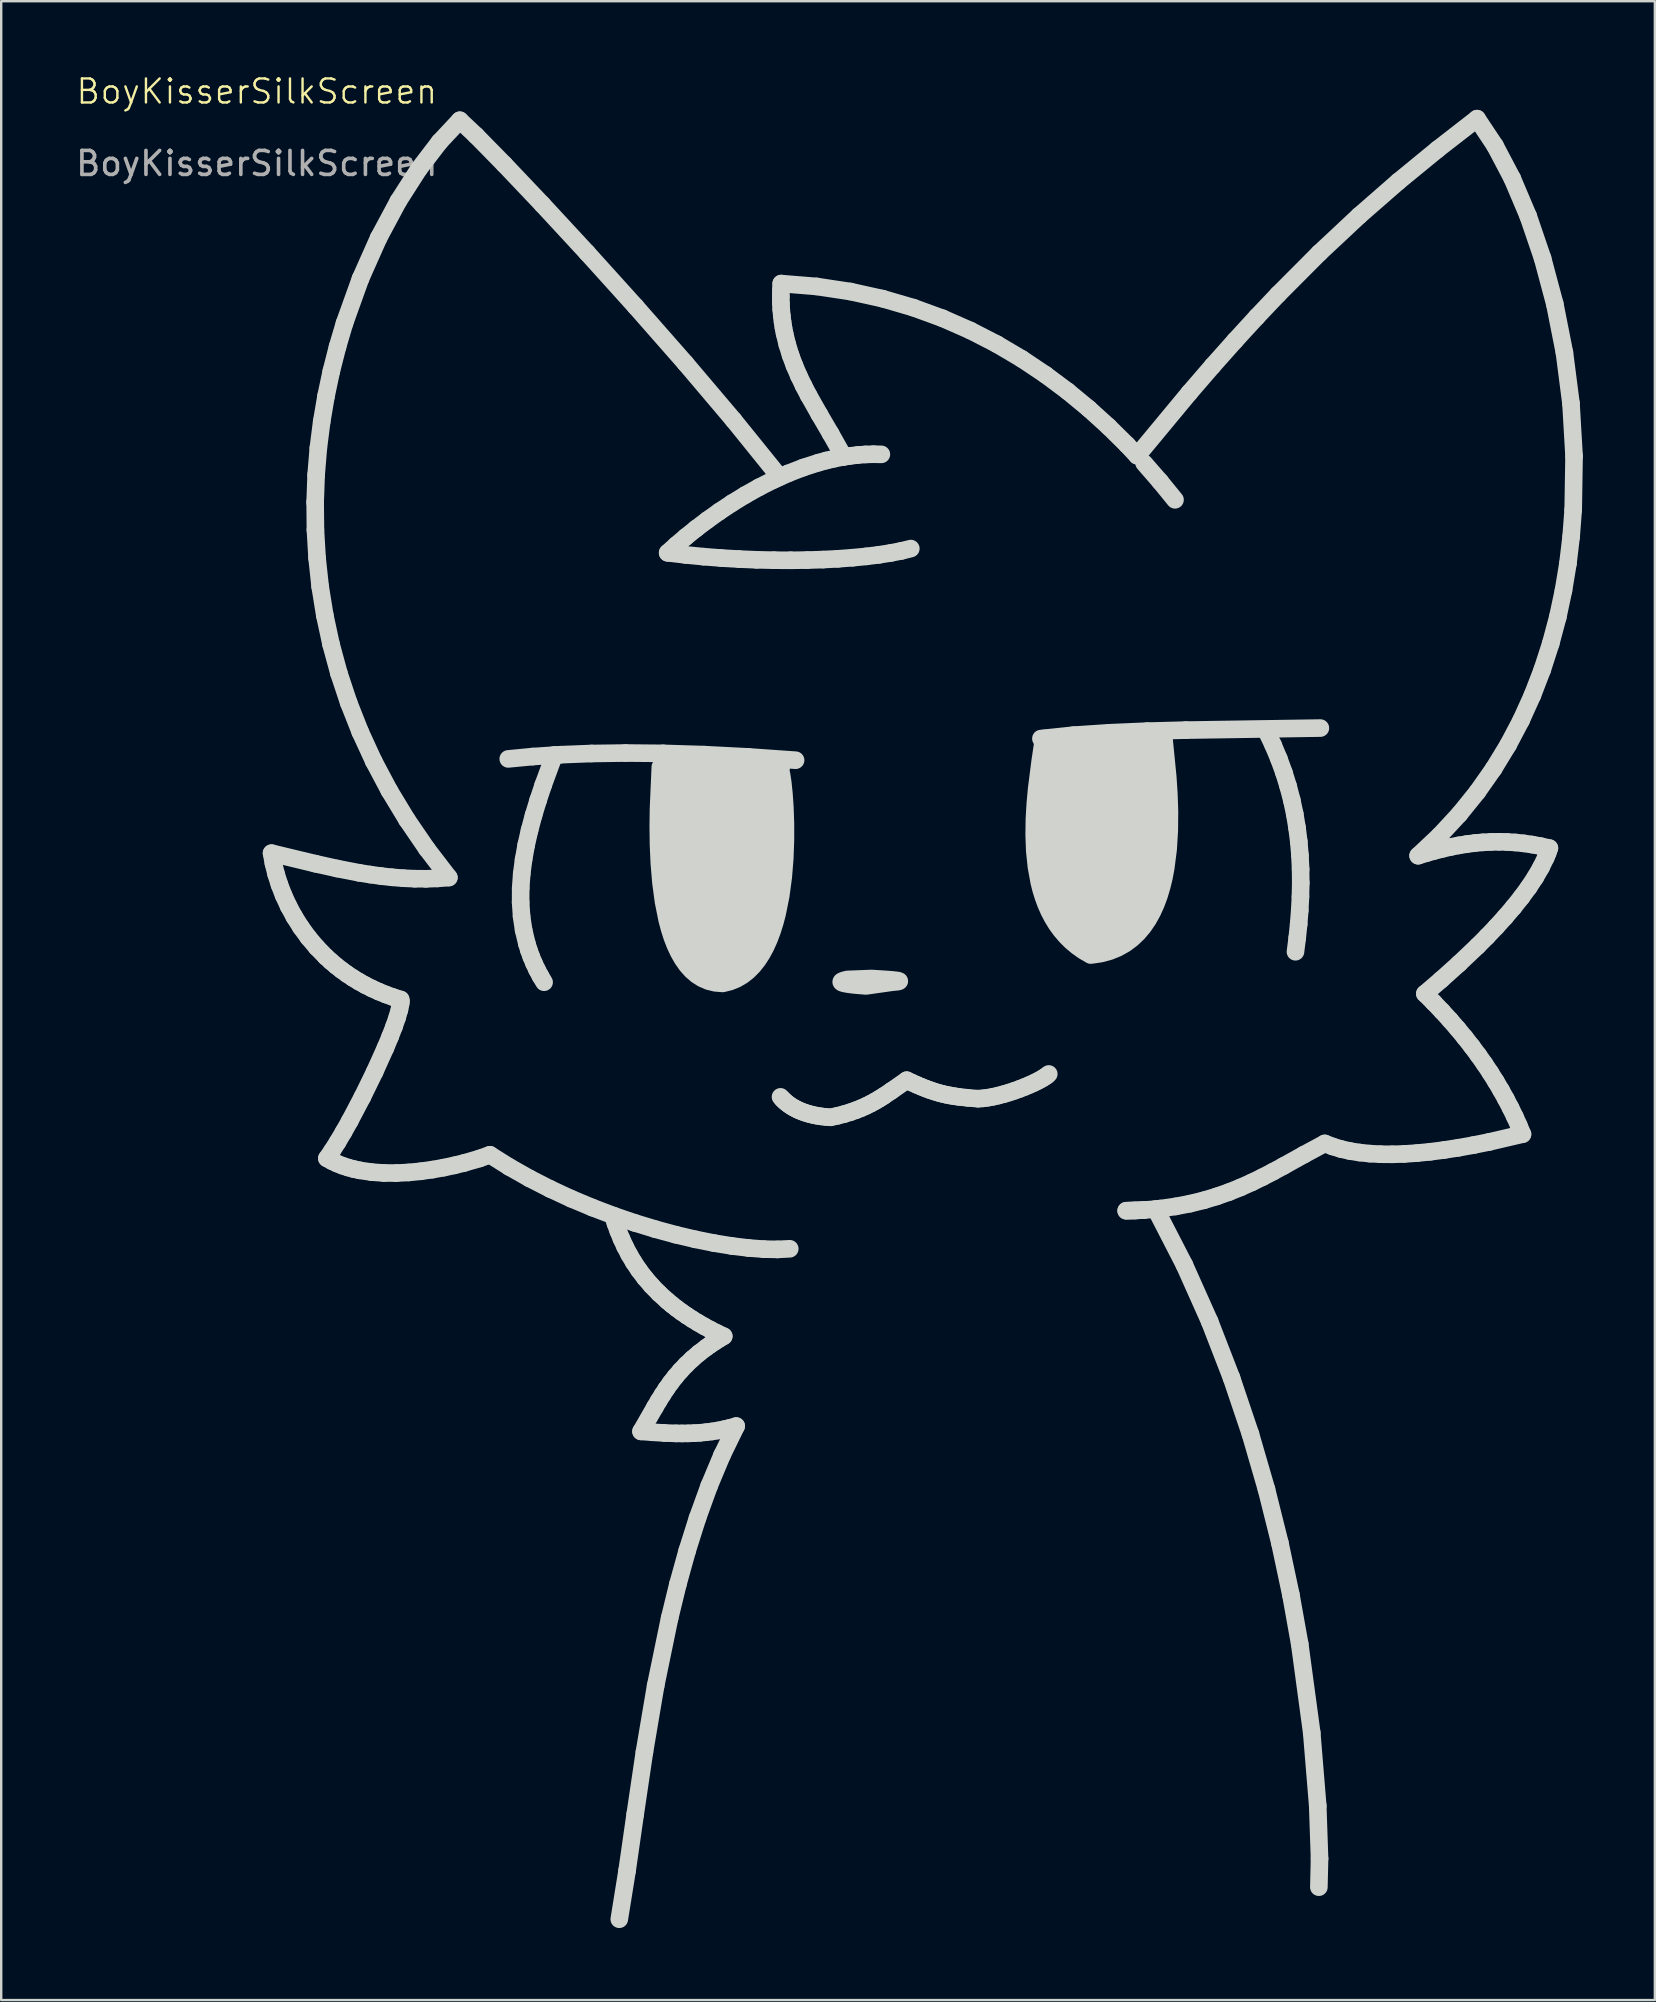
<source format=kicad_pcb>
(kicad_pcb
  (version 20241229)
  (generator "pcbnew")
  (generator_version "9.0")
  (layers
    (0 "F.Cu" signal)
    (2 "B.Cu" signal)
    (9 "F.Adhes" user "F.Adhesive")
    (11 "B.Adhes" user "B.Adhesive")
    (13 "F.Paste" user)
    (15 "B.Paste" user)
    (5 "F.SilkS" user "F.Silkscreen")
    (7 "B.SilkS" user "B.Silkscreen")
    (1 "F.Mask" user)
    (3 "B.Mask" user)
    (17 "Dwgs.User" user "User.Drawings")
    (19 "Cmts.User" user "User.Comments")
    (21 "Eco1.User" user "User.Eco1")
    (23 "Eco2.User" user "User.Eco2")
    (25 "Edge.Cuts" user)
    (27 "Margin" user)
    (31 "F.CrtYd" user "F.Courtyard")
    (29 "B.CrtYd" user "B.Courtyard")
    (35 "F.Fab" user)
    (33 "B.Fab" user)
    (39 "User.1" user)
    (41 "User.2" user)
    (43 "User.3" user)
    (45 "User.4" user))
  (footprint "BoyKisserSilkScreen"
    (layer "F.Cu")
    (at 7.649 1.26)
    (property "Reference" "BoyKisserSilkScreen" (at 0 -0.5 0) (unlocked yes) (layer "F.SilkS") (effects (font (size 1 1) (thickness 0.1))))
    (fp_line (start 0.614 31.231) (end 0.692 31.658) (stroke (width 0.733) (type solid)) (layer "Edge.Cuts"))
    (fp_line (start 0.692 31.658) (end 0.801 32.096) (stroke (width 0.733) (type solid)) (layer "Edge.Cuts"))
    (fp_line (start 0.801 32.096) (end 0.942 32.541) (stroke (width 0.733) (type solid)) (layer "Edge.Cuts"))
    (fp_line (start 0.942 32.541) (end 1.115 32.989) (stroke (width 0.733) (type solid)) (layer "Edge.Cuts"))
    (fp_line (start 1.115 32.989) (end 1.322 33.437) (stroke (width 0.733) (type solid)) (layer "Edge.Cuts"))
    (fp_line (start 1.322 33.437) (end 1.562 33.881) (stroke (width 0.733) (type solid)) (layer "Edge.Cuts"))
    (fp_line (start 1.562 33.881) (end 1.837 34.317) (stroke (width 0.733) (type solid)) (layer "Edge.Cuts"))
    (fp_line (start 1.837 34.317) (end 2.147 34.743) (stroke (width 0.733) (type solid)) (layer "Edge.Cuts"))
    (fp_line (start 2.147 34.743) (end 2.494 35.154) (stroke (width 0.733) (type solid)) (layer "Edge.Cuts"))
    (fp_line (start 2.43 16.607) (end 2.441 17.764) (stroke (width 0.733) (type solid)) (layer "Edge.Cuts"))
    (fp_line (start 2.432 31.668) (end 0.614 31.231) (stroke (width 0.733) (type solid)) (layer "Edge.Cuts"))
    (fp_line (start 2.441 17.764) (end 2.51 18.936) (stroke (width 0.733) (type solid)) (layer "Edge.Cuts"))
    (fp_line (start 2.471 15.469) (end 2.43 16.607) (stroke (width 0.733) (type solid)) (layer "Edge.Cuts"))
    (fp_line (start 2.494 35.154) (end 2.877 35.548) (stroke (width 0.733) (type solid)) (layer "Edge.Cuts"))
    (fp_line (start 2.51 18.936) (end 2.638 20.122) (stroke (width 0.733) (type solid)) (layer "Edge.Cuts"))
    (fp_line (start 2.563 14.352) (end 2.471 15.469) (stroke (width 0.733) (type solid)) (layer "Edge.Cuts"))
    (fp_line (start 2.638 20.122) (end 2.831 21.32) (stroke (width 0.733) (type solid)) (layer "Edge.Cuts"))
    (fp_line (start 2.702 13.258) (end 2.563 14.352) (stroke (width 0.733) (type solid)) (layer "Edge.Cuts"))
    (fp_line (start 2.831 21.32) (end 3.091 22.527) (stroke (width 0.733) (type solid)) (layer "Edge.Cuts"))
    (fp_line (start 2.877 35.548) (end 3.083 35.736) (stroke (width 0.733) (type solid)) (layer "Edge.Cuts"))
    (fp_line (start 2.884 12.188) (end 2.702 13.258) (stroke (width 0.733) (type solid)) (layer "Edge.Cuts"))
    (fp_line (start 2.919 43.945) (end 3.127 44.06) (stroke (width 0.733) (type solid)) (layer "Edge.Cuts"))
    (fp_line (start 3.083 35.736) (end 3.298 35.919) (stroke (width 0.733) (type solid)) (layer "Edge.Cuts"))
    (fp_line (start 3.091 22.527) (end 3.421 23.741) (stroke (width 0.733) (type solid)) (layer "Edge.Cuts"))
    (fp_line (start 3.105 11.146) (end 2.884 12.188) (stroke (width 0.733) (type solid)) (layer "Edge.Cuts"))
    (fp_line (start 3.127 44.06) (end 3.343 44.162) (stroke (width 0.733) (type solid)) (layer "Edge.Cuts"))
    (fp_line (start 3.132 43.635) (end 2.919 43.945) (stroke (width 0.733) (type solid)) (layer "Edge.Cuts"))
    (fp_line (start 3.298 35.919) (end 3.523 36.096) (stroke (width 0.733) (type solid)) (layer "Edge.Cuts"))
    (fp_line (start 3.343 44.162) (end 3.568 44.251) (stroke (width 0.733) (type solid)) (layer "Edge.Cuts"))
    (fp_line (start 3.344 31.871) (end 2.432 31.668) (stroke (width 0.733) (type solid)) (layer "Edge.Cuts"))
    (fp_line (start 3.363 10.134) (end 3.105 11.146) (stroke (width 0.733) (type solid)) (layer "Edge.Cuts"))
    (fp_line (start 3.365 43.266) (end 3.132 43.635) (stroke (width 0.733) (type solid)) (layer "Edge.Cuts"))
    (fp_line (start 3.421 23.741) (end 3.826 24.96) (stroke (width 0.733) (type solid)) (layer "Edge.Cuts"))
    (fp_line (start 3.523 36.096) (end 3.757 36.266) (stroke (width 0.733) (type solid)) (layer "Edge.Cuts"))
    (fp_line (start 3.568 44.251) (end 3.8 44.327) (stroke (width 0.733) (type solid)) (layer "Edge.Cuts"))
    (fp_line (start 3.613 42.847) (end 3.365 43.266) (stroke (width 0.733) (type solid)) (layer "Edge.Cuts"))
    (fp_line (start 3.653 9.153) (end 3.363 10.134) (stroke (width 0.733) (type solid)) (layer "Edge.Cuts"))
    (fp_line (start 3.757 36.266) (end 4.001 36.428) (stroke (width 0.733) (type solid)) (layer "Edge.Cuts"))
    (fp_line (start 3.8 44.327) (end 4.038 44.391) (stroke (width 0.733) (type solid)) (layer "Edge.Cuts"))
    (fp_line (start 3.826 24.96) (end 4.308 26.181) (stroke (width 0.733) (type solid)) (layer "Edge.Cuts"))
    (fp_line (start 3.871 42.388) (end 3.613 42.847) (stroke (width 0.733) (type solid)) (layer "Edge.Cuts"))
    (fp_line (start 4.001 36.428) (end 4.255 36.583) (stroke (width 0.733) (type solid)) (layer "Edge.Cuts"))
    (fp_line (start 4.038 44.391) (end 4.282 44.444) (stroke (width 0.733) (type solid)) (layer "Edge.Cuts"))
    (fp_line (start 4.255 36.583) (end 4.519 36.73) (stroke (width 0.733) (type solid)) (layer "Edge.Cuts"))
    (fp_line (start 4.259 32.049) (end 3.344 31.871) (stroke (width 0.733) (type solid)) (layer "Edge.Cuts"))
    (fp_line (start 4.282 44.444) (end 4.783 44.519) (stroke (width 0.733) (type solid)) (layer "Edge.Cuts"))
    (fp_line (start 4.308 26.181) (end 4.87 27.403) (stroke (width 0.733) (type solid)) (layer "Edge.Cuts"))
    (fp_line (start 4.319 7.297) (end 3.653 9.153) (stroke (width 0.733) (type solid)) (layer "Edge.Cuts"))
    (fp_line (start 4.397 41.389) (end 3.871 42.388) (stroke (width 0.733) (type solid)) (layer "Edge.Cuts"))
    (fp_line (start 4.519 36.73) (end 4.793 36.868) (stroke (width 0.733) (type solid)) (layer "Edge.Cuts"))
    (fp_line (start 4.719 32.123) (end 4.259 32.049) (stroke (width 0.733) (type solid)) (layer "Edge.Cuts"))
    (fp_line (start 4.783 44.519) (end 5.295 44.555) (stroke (width 0.733) (type solid)) (layer "Edge.Cuts"))
    (fp_line (start 4.793 36.868) (end 5.078 36.998) (stroke (width 0.733) (type solid)) (layer "Edge.Cuts"))
    (fp_line (start 4.87 27.403) (end 5.518 28.623) (stroke (width 0.733) (type solid)) (layer "Edge.Cuts"))
    (fp_line (start 4.906 40.348) (end 4.397 41.389) (stroke (width 0.733) (type solid)) (layer "Edge.Cuts"))
    (fp_line (start 5.076 5.596) (end 4.319 7.297) (stroke (width 0.733) (type solid)) (layer "Edge.Cuts"))
    (fp_line (start 5.078 36.998) (end 5.372 37.118) (stroke (width 0.733) (type solid)) (layer "Edge.Cuts"))
    (fp_line (start 5.18 32.187) (end 4.719 32.123) (stroke (width 0.733) (type solid)) (layer "Edge.Cuts"))
    (fp_line (start 5.295 44.555) (end 5.812 44.558) (stroke (width 0.733) (type solid)) (layer "Edge.Cuts"))
    (fp_line (start 5.359 39.342) (end 4.906 40.348) (stroke (width 0.733) (type solid)) (layer "Edge.Cuts"))
    (fp_line (start 5.372 37.118) (end 5.677 37.228) (stroke (width 0.733) (type solid)) (layer "Edge.Cuts"))
    (fp_line (start 5.518 28.623) (end 6.253 29.838) (stroke (width 0.733) (type solid)) (layer "Edge.Cuts"))
    (fp_line (start 5.552 38.878) (end 5.359 39.342) (stroke (width 0.733) (type solid)) (layer "Edge.Cuts"))
    (fp_line (start 5.644 32.238) (end 5.18 32.187) (stroke (width 0.733) (type solid)) (layer "Edge.Cuts"))
    (fp_line (start 5.677 37.228) (end 5.992 37.328) (stroke (width 0.733) (type solid)) (layer "Edge.Cuts"))
    (fp_line (start 5.717 38.452) (end 5.552 38.878) (stroke (width 0.733) (type solid)) (layer "Edge.Cuts"))
    (fp_line (start 5.812 44.558) (end 6.327 44.532) (stroke (width 0.733) (type solid)) (layer "Edge.Cuts"))
    (fp_line (start 5.848 38.074) (end 5.717 38.452) (stroke (width 0.733) (type solid)) (layer "Edge.Cuts"))
    (fp_line (start 5.895 4.068) (end 5.076 5.596) (stroke (width 0.733) (type solid)) (layer "Edge.Cuts"))
    (fp_line (start 5.94 37.754) (end 5.848 38.074) (stroke (width 0.733) (type solid)) (layer "Edge.Cuts"))
    (fp_line (start 5.99 37.502) (end 5.94 37.754) (stroke (width 0.733) (type solid)) (layer "Edge.Cuts"))
    (fp_line (start 5.992 37.328) (end 5.997 37.404) (stroke (width 0.733) (type solid)) (layer "Edge.Cuts"))
    (fp_line (start 5.997 37.404) (end 5.99 37.502) (stroke (width 0.733) (type solid)) (layer "Edge.Cuts"))
    (fp_line (start 6.11 32.275) (end 5.644 32.238) (stroke (width 0.733) (type solid)) (layer "Edge.Cuts"))
    (fp_line (start 6.253 29.838) (end 7.079 31.047) (stroke (width 0.733) (type solid)) (layer "Edge.Cuts"))
    (fp_line (start 6.327 44.532) (end 6.832 44.483) (stroke (width 0.733) (type solid)) (layer "Edge.Cuts"))
    (fp_line (start 6.578 32.295) (end 6.11 32.275) (stroke (width 0.733) (type solid)) (layer "Edge.Cuts"))
    (fp_line (start 6.75 2.73) (end 5.895 4.068) (stroke (width 0.733) (type solid)) (layer "Edge.Cuts"))
    (fp_line (start 6.832 44.483) (end 7.321 44.414) (stroke (width 0.733) (type solid)) (layer "Edge.Cuts"))
    (fp_line (start 7.049 32.299) (end 6.578 32.295) (stroke (width 0.733) (type solid)) (layer "Edge.Cuts"))
    (fp_line (start 7.079 31.047) (end 7.999 32.247) (stroke (width 0.733) (type solid)) (layer "Edge.Cuts"))
    (fp_line (start 7.321 44.414) (end 7.787 44.331) (stroke (width 0.733) (type solid)) (layer "Edge.Cuts"))
    (fp_line (start 7.523 32.283) (end 7.049 32.299) (stroke (width 0.733) (type solid)) (layer "Edge.Cuts"))
    (fp_line (start 7.613 1.601) (end 6.75 2.73) (stroke (width 0.733) (type solid)) (layer "Edge.Cuts"))
    (fp_line (start 7.787 44.331) (end 8.223 44.238) (stroke (width 0.733) (type solid)) (layer "Edge.Cuts"))
    (fp_line (start 7.999 32.247) (end 7.523 32.283) (stroke (width 0.733) (type solid)) (layer "Edge.Cuts"))
    (fp_line (start 8.223 44.238) (end 8.622 44.141) (stroke (width 0.733) (type solid)) (layer "Edge.Cuts"))
    (fp_line (start 8.456 0.7) (end 7.613 1.601) (stroke (width 0.733) (type solid)) (layer "Edge.Cuts"))
    (fp_line (start 8.622 44.141) (end 9.281 43.95) (stroke (width 0.733) (type solid)) (layer "Edge.Cuts"))
    (fp_line (start 9.129 1.335) (end 8.456 0.7) (stroke (width 0.733) (type solid)) (layer "Edge.Cuts"))
    (fp_line (start 9.281 43.95) (end 9.71 43.796) (stroke (width 0.733) (type solid)) (layer "Edge.Cuts"))
    (fp_line (start 9.71 43.796) (end 10.52 44.305) (stroke (width 0.733) (type solid)) (layer "Edge.Cuts"))
    (fp_line (start 10.313 2.541) (end 9.129 1.335) (stroke (width 0.733) (type solid)) (layer "Edge.Cuts"))
    (fp_line (start 10.474 27.305) (end 11.495 27.207) (stroke (width 0.733) (type solid)) (layer "Edge.Cuts"))
    (fp_line (start 10.52 44.305) (end 11.36 44.78) (stroke (width 0.733) (type solid)) (layer "Edge.Cuts"))
    (fp_line (start 10.99 33.285) (end 11.029 33.863) (stroke (width 0.733) (type solid)) (layer "Edge.Cuts"))
    (fp_line (start 10.992 32.697) (end 10.99 33.285) (stroke (width 0.733) (type solid)) (layer "Edge.Cuts"))
    (fp_line (start 11.029 33.863) (end 11.114 34.433) (stroke (width 0.733) (type solid)) (layer "Edge.Cuts"))
    (fp_line (start 11.034 32.103) (end 10.992 32.697) (stroke (width 0.733) (type solid)) (layer "Edge.Cuts"))
    (fp_line (start 11.112 31.501) (end 11.034 32.103) (stroke (width 0.733) (type solid)) (layer "Edge.Cuts"))
    (fp_line (start 11.114 34.433) (end 11.247 34.993) (stroke (width 0.733) (type solid)) (layer "Edge.Cuts"))
    (fp_line (start 11.222 30.892) (end 11.112 31.501) (stroke (width 0.733) (type solid)) (layer "Edge.Cuts"))
    (fp_line (start 11.247 34.993) (end 11.332 35.269) (stroke (width 0.733) (type solid)) (layer "Edge.Cuts"))
    (fp_line (start 11.332 35.269) (end 11.431 35.542) (stroke (width 0.733) (type solid)) (layer "Edge.Cuts"))
    (fp_line (start 11.36 44.78) (end 12.22 45.22) (stroke (width 0.733) (type solid)) (layer "Edge.Cuts"))
    (fp_line (start 11.361 30.278) (end 11.222 30.892) (stroke (width 0.733) (type solid)) (layer "Edge.Cuts"))
    (fp_line (start 11.431 35.542) (end 11.544 35.813) (stroke (width 0.733) (type solid)) (layer "Edge.Cuts"))
    (fp_line (start 11.495 27.207) (end 12.65 27.13) (stroke (width 0.733) (type solid)) (layer "Edge.Cuts"))
    (fp_line (start 11.527 29.658) (end 11.361 30.278) (stroke (width 0.733) (type solid)) (layer "Edge.Cuts"))
    (fp_line (start 11.544 35.813) (end 11.67 36.081) (stroke (width 0.733) (type solid)) (layer "Edge.Cuts"))
    (fp_line (start 11.67 36.081) (end 11.811 36.346) (stroke (width 0.733) (type solid)) (layer "Edge.Cuts"))
    (fp_line (start 11.717 29.034) (end 11.527 29.658) (stroke (width 0.733) (type solid)) (layer "Edge.Cuts"))
    (fp_line (start 11.811 36.346) (end 11.967 36.608) (stroke (width 0.733) (type solid)) (layer "Edge.Cuts"))
    (fp_line (start 11.893 4.206) (end 10.313 2.541) (stroke (width 0.733) (type solid)) (layer "Edge.Cuts"))
    (fp_line (start 11.926 28.405) (end 11.717 29.034) (stroke (width 0.733) (type solid)) (layer "Edge.Cuts"))
    (fp_line (start 12.22 45.22) (end 13.096 45.626) (stroke (width 0.733) (type solid)) (layer "Edge.Cuts"))
    (fp_line (start 12.392 27.139) (end 11.926 28.405) (stroke (width 0.733) (type solid)) (layer "Edge.Cuts"))
    (fp_line (start 12.65 27.13) (end 13.94 27.08) (stroke (width 0.733) (type solid)) (layer "Edge.Cuts"))
    (fp_line (start 13.096 45.626) (end 13.979 45.996) (stroke (width 0.733) (type solid)) (layer "Edge.Cuts"))
    (fp_line (start 13.754 6.217) (end 11.893 4.206) (stroke (width 0.733) (type solid)) (layer "Edge.Cuts"))
    (fp_line (start 13.94 27.08) (end 15.365 27.06) (stroke (width 0.733) (type solid)) (layer "Edge.Cuts"))
    (fp_line (start 13.979 45.996) (end 14.863 46.332) (stroke (width 0.733) (type solid)) (layer "Edge.Cuts"))
    (fp_line (start 14.84 46.349) (end 14.942 46.66) (stroke (width 0.733) (type solid)) (layer "Edge.Cuts"))
    (fp_line (start 14.863 46.332) (end 15.74 46.632) (stroke (width 0.733) (type solid)) (layer "Edge.Cuts"))
    (fp_line (start 14.942 46.66) (end 15.058 46.977) (stroke (width 0.733) (type solid)) (layer "Edge.Cuts"))
    (fp_line (start 15.058 46.977) (end 15.19 47.297) (stroke (width 0.733) (type solid)) (layer "Edge.Cuts"))
    (fp_line (start 15.19 47.297) (end 15.339 47.621) (stroke (width 0.733) (type solid)) (layer "Edge.Cuts"))
    (fp_line (start 15.339 47.621) (end 15.509 47.947) (stroke (width 0.733) (type solid)) (layer "Edge.Cuts"))
    (fp_line (start 15.365 27.06) (end 16.927 27.074) (stroke (width 0.733) (type solid)) (layer "Edge.Cuts"))
    (fp_line (start 15.425 73.618) (end 15.099 75.642) (stroke (width 0.733) (type solid)) (layer "Edge.Cuts"))
    (fp_line (start 15.509 47.947) (end 15.702 48.273) (stroke (width 0.733) (type solid)) (layer "Edge.Cuts"))
    (fp_line (start 15.702 48.273) (end 15.921 48.6) (stroke (width 0.733) (type solid)) (layer "Edge.Cuts"))
    (fp_line (start 15.74 46.632) (end 16.605 46.896) (stroke (width 0.733) (type solid)) (layer "Edge.Cuts"))
    (fp_line (start 15.763 71.265) (end 15.425 73.618) (stroke (width 0.733) (type solid)) (layer "Edge.Cuts"))
    (fp_line (start 15.778 8.459) (end 13.754 6.217) (stroke (width 0.733) (type solid)) (layer "Edge.Cuts"))
    (fp_line (start 15.921 48.6) (end 16.168 48.925) (stroke (width 0.733) (type solid)) (layer "Edge.Cuts"))
    (fp_line (start 16.005 55.32) (end 16.492 55.356) (stroke (width 0.733) (type solid)) (layer "Edge.Cuts"))
    (fp_line (start 16.148 68.669) (end 15.763 71.265) (stroke (width 0.733) (type solid)) (layer "Edge.Cuts"))
    (fp_line (start 16.168 48.925) (end 16.445 49.248) (stroke (width 0.733) (type solid)) (layer "Edge.Cuts"))
    (fp_line (start 16.445 49.248) (end 16.756 49.567) (stroke (width 0.733) (type solid)) (layer "Edge.Cuts"))
    (fp_line (start 16.492 55.356) (end 16.981 55.386) (stroke (width 0.733) (type solid)) (layer "Edge.Cuts"))
    (fp_line (start 16.589 54.303) (end 16.005 55.32) (stroke (width 0.733) (type solid)) (layer "Edge.Cuts"))
    (fp_line (start 16.605 46.896) (end 17.449 47.125) (stroke (width 0.733) (type solid)) (layer "Edge.Cuts"))
    (fp_line (start 16.614 65.918) (end 16.148 68.669) (stroke (width 0.733) (type solid)) (layer "Edge.Cuts"))
    (fp_line (start 16.739 54.049) (end 16.589 54.303) (stroke (width 0.733) (type solid)) (layer "Edge.Cuts"))
    (fp_line (start 16.756 49.567) (end 17.101 49.882) (stroke (width 0.733) (type solid)) (layer "Edge.Cuts"))
    (fp_line (start 16.896 53.796) (end 16.739 54.049) (stroke (width 0.733) (type solid)) (layer "Edge.Cuts"))
    (fp_line (start 16.927 27.074) (end 18.627 27.126) (stroke (width 0.733) (type solid)) (layer "Edge.Cuts"))
    (fp_line (start 16.981 55.386) (end 17.471 55.403) (stroke (width 0.733) (type solid)) (layer "Edge.Cuts"))
    (fp_line (start 17.062 53.543) (end 16.896 53.796) (stroke (width 0.733) (type solid)) (layer "Edge.Cuts"))
    (fp_line (start 17.101 49.882) (end 17.288 50.038) (stroke (width 0.733) (type solid)) (layer "Edge.Cuts"))
    (fp_line (start 17.115 18.719) (end 17.471 18.397) (stroke (width 0.733) (type solid)) (layer "Edge.Cuts"))
    (fp_line (start 17.196 63.099) (end 16.614 65.918) (stroke (width 0.733) (type solid)) (layer "Edge.Cuts"))
    (fp_line (start 17.241 53.292) (end 17.062 53.543) (stroke (width 0.733) (type solid)) (layer "Edge.Cuts"))
    (fp_line (start 17.288 50.038) (end 17.485 50.192) (stroke (width 0.733) (type solid)) (layer "Edge.Cuts"))
    (fp_line (start 17.435 53.042) (end 17.241 53.292) (stroke (width 0.733) (type solid)) (layer "Edge.Cuts"))
    (fp_line (start 17.449 47.125) (end 18.265 47.318) (stroke (width 0.733) (type solid)) (layer "Edge.Cuts"))
    (fp_line (start 17.471 55.403) (end 17.717 55.405) (stroke (width 0.733) (type solid)) (layer "Edge.Cuts"))
    (fp_line (start 17.471 18.397) (end 17.867 18.059) (stroke (width 0.733) (type solid)) (layer "Edge.Cuts"))
    (fp_line (start 17.485 50.192) (end 17.692 50.345) (stroke (width 0.733) (type solid)) (layer "Edge.Cuts"))
    (fp_line (start 17.54 61.69) (end 17.196 63.099) (stroke (width 0.733) (type solid)) (layer "Edge.Cuts"))
    (fp_line (start 17.647 52.794) (end 17.435 53.042) (stroke (width 0.733) (type solid)) (layer "Edge.Cuts"))
    (fp_line (start 17.692 50.345) (end 17.909 50.495) (stroke (width 0.733) (type solid)) (layer "Edge.Cuts"))
    (fp_line (start 17.717 55.405) (end 17.963 55.402) (stroke (width 0.733) (type solid)) (layer "Edge.Cuts"))
    (fp_line (start 17.852 10.82) (end 15.778 8.459) (stroke (width 0.733) (type solid)) (layer "Edge.Cuts"))
    (fp_line (start 17.857 18.806) (end 17.115 18.719) (stroke (width 0.733) (type solid)) (layer "Edge.Cuts"))
    (fp_line (start 17.867 18.059) (end 18.3 17.71) (stroke (width 0.733) (type solid)) (layer "Edge.Cuts"))
    (fp_line (start 17.88 52.548) (end 17.647 52.794) (stroke (width 0.733) (type solid)) (layer "Edge.Cuts"))
    (fp_line (start 17.909 50.495) (end 18.137 50.644) (stroke (width 0.733) (type solid)) (layer "Edge.Cuts"))
    (fp_line (start 17.926 60.297) (end 17.54 61.69) (stroke (width 0.733) (type solid)) (layer "Edge.Cuts"))
    (fp_line (start 17.963 55.402) (end 18.21 55.393) (stroke (width 0.733) (type solid)) (layer "Edge.Cuts"))
    (fp_line (start 18.136 52.304) (end 17.88 52.548) (stroke (width 0.733) (type solid)) (layer "Edge.Cuts"))
    (fp_line (start 18.137 50.644) (end 18.376 50.791) (stroke (width 0.733) (type solid)) (layer "Edge.Cuts"))
    (fp_line (start 18.21 55.393) (end 18.458 55.378) (stroke (width 0.733) (type solid)) (layer "Edge.Cuts"))
    (fp_line (start 18.265 47.318) (end 19.047 47.475) (stroke (width 0.733) (type solid)) (layer "Edge.Cuts"))
    (fp_line (start 18.3 17.71) (end 18.768 17.356) (stroke (width 0.733) (type solid)) (layer "Edge.Cuts"))
    (fp_line (start 18.358 58.931) (end 17.926 60.297) (stroke (width 0.733) (type solid)) (layer "Edge.Cuts"))
    (fp_line (start 18.376 50.791) (end 18.627 50.936) (stroke (width 0.733) (type solid)) (layer "Edge.Cuts"))
    (fp_line (start 18.418 52.062) (end 18.136 52.304) (stroke (width 0.733) (type solid)) (layer "Edge.Cuts"))
    (fp_line (start 18.458 55.378) (end 18.707 55.354) (stroke (width 0.733) (type solid)) (layer "Edge.Cuts"))
    (fp_line (start 18.603 18.879) (end 17.857 18.806) (stroke (width 0.733) (type solid)) (layer "Edge.Cuts"))
    (fp_line (start 18.627 50.936) (end 18.889 51.078) (stroke (width 0.733) (type solid)) (layer "Edge.Cuts"))
    (fp_line (start 18.627 27.126) (end 20.465 27.22) (stroke (width 0.733) (type solid)) (layer "Edge.Cuts"))
    (fp_line (start 18.707 55.354) (end 18.957 55.323) (stroke (width 0.733) (type solid)) (layer "Edge.Cuts"))
    (fp_line (start 18.73 51.824) (end 18.418 52.062) (stroke (width 0.733) (type solid)) (layer "Edge.Cuts"))
    (fp_line (start 18.768 17.356) (end 19.266 17.001) (stroke (width 0.733) (type solid)) (layer "Edge.Cuts"))
    (fp_line (start 18.839 57.601) (end 18.358 58.931) (stroke (width 0.733) (type solid)) (layer "Edge.Cuts"))
    (fp_line (start 18.889 51.078) (end 19.163 51.218) (stroke (width 0.733) (type solid)) (layer "Edge.Cuts"))
    (fp_line (start 18.897 51.705) (end 18.73 51.824) (stroke (width 0.733) (type solid)) (layer "Edge.Cuts"))
    (fp_line (start 18.957 55.323) (end 19.209 55.282) (stroke (width 0.733) (type solid)) (layer "Edge.Cuts"))
    (fp_line (start 19.047 47.475) (end 19.789 47.595) (stroke (width 0.733) (type solid)) (layer "Edge.Cuts"))
    (fp_line (start 19.072 51.588) (end 18.897 51.705) (stroke (width 0.733) (type solid)) (layer "Edge.Cuts"))
    (fp_line (start 19.163 51.218) (end 19.45 51.355) (stroke (width 0.733) (type solid)) (layer "Edge.Cuts"))
    (fp_line (start 19.209 55.282) (end 19.461 55.231) (stroke (width 0.733) (type solid)) (layer "Edge.Cuts"))
    (fp_line (start 19.256 51.471) (end 19.072 51.588) (stroke (width 0.733) (type solid)) (layer "Edge.Cuts"))
    (fp_line (start 19.266 17.001) (end 19.793 16.651) (stroke (width 0.733) (type solid)) (layer "Edge.Cuts"))
    (fp_line (start 19.347 18.937) (end 18.603 18.879) (stroke (width 0.733) (type solid)) (layer "Edge.Cuts"))
    (fp_line (start 19.375 56.32) (end 18.839 57.601) (stroke (width 0.733) (type solid)) (layer "Edge.Cuts"))
    (fp_line (start 19.45 51.355) (end 19.256 51.471) (stroke (width 0.733) (type solid)) (layer "Edge.Cuts"))
    (fp_line (start 19.461 55.231) (end 19.715 55.17) (stroke (width 0.733) (type solid)) (layer "Edge.Cuts"))
    (fp_line (start 19.715 55.17) (end 19.97 55.097) (stroke (width 0.733) (type solid)) (layer "Edge.Cuts"))
    (fp_line (start 19.789 47.595) (end 20.481 47.679) (stroke (width 0.733) (type solid)) (layer "Edge.Cuts"))
    (fp_line (start 19.793 16.651) (end 20.346 16.312) (stroke (width 0.733) (type solid)) (layer "Edge.Cuts"))
    (fp_line (start 19.857 13.186) (end 17.852 10.82) (stroke (width 0.733) (type solid)) (layer "Edge.Cuts"))
    (fp_line (start 19.97 55.097) (end 19.375 56.32) (stroke (width 0.733) (type solid)) (layer "Edge.Cuts"))
    (fp_line (start 20.087 18.98) (end 19.347 18.937) (stroke (width 0.733) (type solid)) (layer "Edge.Cuts"))
    (fp_line (start 20.346 16.312) (end 20.922 15.989) (stroke (width 0.733) (type solid)) (layer "Edge.Cuts"))
    (fp_line (start 20.465 27.22) (end 22.444 27.359) (stroke (width 0.733) (type solid)) (layer "Edge.Cuts"))
    (fp_line (start 20.481 47.679) (end 21.119 47.727) (stroke (width 0.733) (type solid)) (layer "Edge.Cuts"))
    (fp_line (start 20.818 19.01) (end 20.087 18.98) (stroke (width 0.733) (type solid)) (layer "Edge.Cuts"))
    (fp_line (start 20.922 15.989) (end 21.773 15.558) (stroke (width 0.733) (type solid)) (layer "Edge.Cuts"))
    (fp_line (start 21.119 47.727) (end 21.694 47.738) (stroke (width 0.733) (type solid)) (layer "Edge.Cuts"))
    (fp_line (start 21.518 15.687) (end 22.131 15.412) (stroke (width 0.733) (type solid)) (layer "Edge.Cuts"))
    (fp_line (start 21.538 19.027) (end 20.818 19.01) (stroke (width 0.733) (type solid)) (layer "Edge.Cuts"))
    (fp_line (start 21.694 47.738) (end 22.201 47.712) (stroke (width 0.733) (type solid)) (layer "Edge.Cuts"))
    (fp_line (start 21.773 15.558) (end 19.857 13.186) (stroke (width 0.733) (type solid)) (layer "Edge.Cuts"))
    (fp_line (start 21.816 41.384) (end 21.887 41.463) (stroke (width 0.733) (type solid)) (layer "Edge.Cuts"))
    (fp_line (start 21.828 8.061) (end 21.833 7.785) (stroke (width 0.733) (type solid)) (layer "Edge.Cuts"))
    (fp_line (start 21.833 7.785) (end 21.846 7.503) (stroke (width 0.733) (type solid)) (layer "Edge.Cuts"))
    (fp_line (start 21.833 8.329) (end 21.828 8.061) (stroke (width 0.733) (type solid)) (layer "Edge.Cuts"))
    (fp_line (start 21.846 7.503) (end 23.319 7.623) (stroke (width 0.733) (type solid)) (layer "Edge.Cuts"))
    (fp_line (start 21.847 8.591) (end 21.833 8.329) (stroke (width 0.733) (type solid)) (layer "Edge.Cuts"))
    (fp_line (start 21.87 8.847) (end 21.847 8.591) (stroke (width 0.733) (type solid)) (layer "Edge.Cuts"))
    (fp_line (start 21.887 41.463) (end 21.965 41.541) (stroke (width 0.733) (type solid)) (layer "Edge.Cuts"))
    (fp_line (start 21.901 9.096) (end 21.87 8.847) (stroke (width 0.733) (type solid)) (layer "Edge.Cuts"))
    (fp_line (start 21.939 9.341) (end 21.901 9.096) (stroke (width 0.733) (type solid)) (layer "Edge.Cuts"))
    (fp_line (start 21.965 41.541) (end 22.05 41.616) (stroke (width 0.733) (type solid)) (layer "Edge.Cuts"))
    (fp_line (start 21.985 9.58) (end 21.939 9.341) (stroke (width 0.733) (type solid)) (layer "Edge.Cuts"))
    (fp_line (start 22.05 41.616) (end 22.143 41.689) (stroke (width 0.733) (type solid)) (layer "Edge.Cuts"))
    (fp_line (start 22.098 10.043) (end 21.985 9.58) (stroke (width 0.733) (type solid)) (layer "Edge.Cuts"))
    (fp_line (start 22.131 15.412) (end 22.759 15.169) (stroke (width 0.733) (type solid)) (layer "Edge.Cuts"))
    (fp_line (start 22.143 41.689) (end 22.242 41.758) (stroke (width 0.733) (type solid)) (layer "Edge.Cuts"))
    (fp_line (start 22.236 10.49) (end 22.098 10.043) (stroke (width 0.733) (type solid)) (layer "Edge.Cuts"))
    (fp_line (start 22.241 19.031) (end 21.538 19.027) (stroke (width 0.733) (type solid)) (layer "Edge.Cuts"))
    (fp_line (start 22.242 41.758) (end 22.35 41.825) (stroke (width 0.733) (type solid)) (layer "Edge.Cuts"))
    (fp_line (start 22.35 41.825) (end 22.466 41.888) (stroke (width 0.733) (type solid)) (layer "Edge.Cuts"))
    (fp_line (start 22.397 10.922) (end 22.236 10.49) (stroke (width 0.733) (type solid)) (layer "Edge.Cuts"))
    (fp_line (start 22.466 41.888) (end 22.589 41.947) (stroke (width 0.733) (type solid)) (layer "Edge.Cuts"))
    (fp_line (start 22.577 11.342) (end 22.397 10.922) (stroke (width 0.733) (type solid)) (layer "Edge.Cuts"))
    (fp_line (start 22.589 41.947) (end 22.721 42.001) (stroke (width 0.733) (type solid)) (layer "Edge.Cuts"))
    (fp_line (start 22.721 42.001) (end 22.862 42.051) (stroke (width 0.733) (type solid)) (layer "Edge.Cuts"))
    (fp_line (start 22.759 15.169) (end 23.398 14.963) (stroke (width 0.733) (type solid)) (layer "Edge.Cuts"))
    (fp_line (start 22.774 11.752) (end 22.577 11.342) (stroke (width 0.733) (type solid)) (layer "Edge.Cuts"))
    (fp_line (start 22.862 42.051) (end 23.012 42.096) (stroke (width 0.733) (type solid)) (layer "Edge.Cuts"))
    (fp_line (start 22.925 19.022) (end 22.241 19.031) (stroke (width 0.733) (type solid)) (layer "Edge.Cuts"))
    (fp_line (start 22.984 12.156) (end 22.774 11.752) (stroke (width 0.733) (type solid)) (layer "Edge.Cuts"))
    (fp_line (start 23.012 42.096) (end 23.171 42.136) (stroke (width 0.733) (type solid)) (layer "Edge.Cuts"))
    (fp_line (start 23.171 42.136) (end 23.339 42.17) (stroke (width 0.733) (type solid)) (layer "Edge.Cuts"))
    (fp_line (start 23.319 7.623) (end 24.726 7.835) (stroke (width 0.733) (type solid)) (layer "Edge.Cuts"))
    (fp_line (start 23.339 42.17) (end 23.517 42.198) (stroke (width 0.733) (type solid)) (layer "Edge.Cuts"))
    (fp_line (start 23.398 14.963) (end 23.722 14.875) (stroke (width 0.733) (type solid)) (layer "Edge.Cuts"))
    (fp_line (start 23.435 12.954) (end 22.984 12.156) (stroke (width 0.733) (type solid)) (layer "Edge.Cuts"))
    (fp_line (start 23.517 42.198) (end 23.705 42.22) (stroke (width 0.733) (type solid)) (layer "Edge.Cuts"))
    (fp_line (start 23.586 19.001) (end 22.925 19.022) (stroke (width 0.733) (type solid)) (layer "Edge.Cuts"))
    (fp_line (start 23.705 42.22) (end 23.903 42.234) (stroke (width 0.733) (type solid)) (layer "Edge.Cuts"))
    (fp_line (start 23.722 14.875) (end 24.047 14.799) (stroke (width 0.733) (type solid)) (layer "Edge.Cuts"))
    (fp_line (start 23.903 42.234) (end 24.195 42.171) (stroke (width 0.733) (type solid)) (layer "Edge.Cuts"))
    (fp_line (start 23.904 13.756) (end 23.435 12.954) (stroke (width 0.733) (type solid)) (layer "Edge.Cuts"))
    (fp_line (start 24.047 14.799) (end 24.447 14.72) (stroke (width 0.733) (type solid)) (layer "Edge.Cuts"))
    (fp_line (start 24.195 42.171) (end 24.467 42.101) (stroke (width 0.733) (type solid)) (layer "Edge.Cuts"))
    (fp_line (start 24.219 18.968) (end 23.586 19.001) (stroke (width 0.733) (type solid)) (layer "Edge.Cuts"))
    (fp_line (start 24.373 14.735) (end 24.701 14.684) (stroke (width 0.733) (type solid)) (layer "Edge.Cuts"))
    (fp_line (start 24.447 14.72) (end 23.904 13.756) (stroke (width 0.733) (type solid)) (layer "Edge.Cuts"))
    (fp_line (start 24.467 42.101) (end 24.72 42.024) (stroke (width 0.733) (type solid)) (layer "Edge.Cuts"))
    (fp_line (start 24.701 14.684) (end 25.03 14.645) (stroke (width 0.733) (type solid)) (layer "Edge.Cuts"))
    (fp_line (start 24.72 42.024) (end 24.956 41.941) (stroke (width 0.733) (type solid)) (layer "Edge.Cuts"))
    (fp_line (start 24.726 7.835) (end 26.069 8.132) (stroke (width 0.733) (type solid)) (layer "Edge.Cuts"))
    (fp_line (start 24.822 18.923) (end 24.219 18.968) (stroke (width 0.733) (type solid)) (layer "Edge.Cuts"))
    (fp_line (start 24.956 41.941) (end 25.177 41.853) (stroke (width 0.733) (type solid)) (layer "Edge.Cuts"))
    (fp_line (start 25.03 14.645) (end 25.359 14.621) (stroke (width 0.733) (type solid)) (layer "Edge.Cuts"))
    (fp_line (start 25.177 41.853) (end 25.385 41.76) (stroke (width 0.733) (type solid)) (layer "Edge.Cuts"))
    (fp_line (start 25.359 14.621) (end 25.688 14.612) (stroke (width 0.733) (type solid)) (layer "Edge.Cuts"))
    (fp_line (start 25.385 41.76) (end 25.58 41.663) (stroke (width 0.733) (type solid)) (layer "Edge.Cuts"))
    (fp_line (start 25.39 18.868) (end 24.822 18.923) (stroke (width 0.733) (type solid)) (layer "Edge.Cuts"))
    (fp_line (start 25.58 41.663) (end 25.765 41.562) (stroke (width 0.733) (type solid)) (layer "Edge.Cuts"))
    (fp_line (start 25.688 14.612) (end 26.017 14.618) (stroke (width 0.733) (type solid)) (layer "Edge.Cuts"))
    (fp_line (start 25.765 41.562) (end 25.942 41.458) (stroke (width 0.733) (type solid)) (layer "Edge.Cuts"))
    (fp_line (start 25.92 18.802) (end 25.39 18.868) (stroke (width 0.733) (type solid)) (layer "Edge.Cuts"))
    (fp_line (start 25.942 41.458) (end 26.111 41.351) (stroke (width 0.733) (type solid)) (layer "Edge.Cuts"))
    (fp_line (start 26.069 8.132) (end 27.35 8.506) (stroke (width 0.733) (type solid)) (layer "Edge.Cuts"))
    (fp_line (start 26.111 41.351) (end 26.435 41.133) (stroke (width 0.733) (type solid)) (layer "Edge.Cuts"))
    (fp_line (start 26.409 18.725) (end 25.92 18.802) (stroke (width 0.733) (type solid)) (layer "Edge.Cuts"))
    (fp_line (start 26.435 41.133) (end 27.072 40.689) (stroke (width 0.733) (type solid)) (layer "Edge.Cuts"))
    (fp_line (start 26.851 18.639) (end 26.409 18.725) (stroke (width 0.733) (type solid)) (layer "Edge.Cuts"))
    (fp_line (start 27.072 40.689) (end 27.29 40.791) (stroke (width 0.733) (type solid)) (layer "Edge.Cuts"))
    (fp_line (start 27.244 18.543) (end 26.851 18.639) (stroke (width 0.733) (type solid)) (layer "Edge.Cuts"))
    (fp_line (start 27.29 40.791) (end 27.494 40.883) (stroke (width 0.733) (type solid)) (layer "Edge.Cuts"))
    (fp_line (start 27.35 8.506) (end 28.57 8.951) (stroke (width 0.733) (type solid)) (layer "Edge.Cuts"))
    (fp_line (start 27.494 40.883) (end 27.688 40.965) (stroke (width 0.733) (type solid)) (layer "Edge.Cuts"))
    (fp_line (start 27.688 40.965) (end 27.872 41.039) (stroke (width 0.733) (type solid)) (layer "Edge.Cuts"))
    (fp_line (start 27.872 41.039) (end 28.049 41.104) (stroke (width 0.733) (type solid)) (layer "Edge.Cuts"))
    (fp_line (start 28.049 41.104) (end 28.221 41.161) (stroke (width 0.733) (type solid)) (layer "Edge.Cuts"))
    (fp_line (start 28.221 41.161) (end 28.389 41.212) (stroke (width 0.733) (type solid)) (layer "Edge.Cuts"))
    (fp_line (start 28.389 41.212) (end 28.555 41.256) (stroke (width 0.733) (type solid)) (layer "Edge.Cuts"))
    (fp_line (start 28.555 41.256) (end 28.721 41.295) (stroke (width 0.733) (type solid)) (layer "Edge.Cuts"))
    (fp_line (start 28.57 8.951) (end 29.728 9.46) (stroke (width 0.733) (type solid)) (layer "Edge.Cuts"))
    (fp_line (start 28.721 41.295) (end 28.89 41.328) (stroke (width 0.733) (type solid)) (layer "Edge.Cuts"))
    (fp_line (start 28.89 41.328) (end 29.062 41.357) (stroke (width 0.733) (type solid)) (layer "Edge.Cuts"))
    (fp_line (start 29.062 41.357) (end 29.24 41.383) (stroke (width 0.733) (type solid)) (layer "Edge.Cuts"))
    (fp_line (start 29.24 41.383) (end 29.62 41.425) (stroke (width 0.733) (type solid)) (layer "Edge.Cuts"))
    (fp_line (start 29.62 41.425) (end 30.045 41.46) (stroke (width 0.733) (type solid)) (layer "Edge.Cuts"))
    (fp_line (start 29.728 9.46) (end 30.828 10.026) (stroke (width 0.733) (type solid)) (layer "Edge.Cuts"))
    (fp_line (start 30.045 41.46) (end 30.242 41.446) (stroke (width 0.733) (type solid)) (layer "Edge.Cuts"))
    (fp_line (start 30.242 41.446) (end 30.451 41.419) (stroke (width 0.733) (type solid)) (layer "Edge.Cuts"))
    (fp_line (start 30.451 41.419) (end 30.667 41.379) (stroke (width 0.733) (type solid)) (layer "Edge.Cuts"))
    (fp_line (start 30.667 41.379) (end 30.888 41.33) (stroke (width 0.733) (type solid)) (layer "Edge.Cuts"))
    (fp_line (start 30.828 10.026) (end 31.87 10.642) (stroke (width 0.733) (type solid)) (layer "Edge.Cuts"))
    (fp_line (start 30.888 41.33) (end 31.113 41.271) (stroke (width 0.733) (type solid)) (layer "Edge.Cuts"))
    (fp_line (start 31.113 41.271) (end 31.337 41.204) (stroke (width 0.733) (type solid)) (layer "Edge.Cuts"))
    (fp_line (start 31.337 41.204) (end 31.558 41.131) (stroke (width 0.733) (type solid)) (layer "Edge.Cuts"))
    (fp_line (start 31.558 41.131) (end 31.775 41.053) (stroke (width 0.733) (type solid)) (layer "Edge.Cuts"))
    (fp_line (start 31.775 41.053) (end 31.983 40.972) (stroke (width 0.733) (type solid)) (layer "Edge.Cuts"))
    (fp_line (start 31.87 10.642) (end 32.854 11.3) (stroke (width 0.733) (type solid)) (layer "Edge.Cuts"))
    (fp_line (start 31.983 40.972) (end 32.181 40.889) (stroke (width 0.733) (type solid)) (layer "Edge.Cuts"))
    (fp_line (start 32.181 40.889) (end 32.365 40.806) (stroke (width 0.733) (type solid)) (layer "Edge.Cuts"))
    (fp_line (start 32.365 40.806) (end 32.533 40.723) (stroke (width 0.733) (type solid)) (layer "Edge.Cuts"))
    (fp_line (start 32.533 40.723) (end 32.682 40.643) (stroke (width 0.733) (type solid)) (layer "Edge.Cuts"))
    (fp_line (start 32.682 40.643) (end 32.81 40.566) (stroke (width 0.733) (type solid)) (layer "Edge.Cuts"))
    (fp_line (start 32.81 40.566) (end 32.914 40.495) (stroke (width 0.733) (type solid)) (layer "Edge.Cuts"))
    (fp_line (start 32.854 11.3) (end 33.783 11.993) (stroke (width 0.733) (type solid)) (layer "Edge.Cuts"))
    (fp_line (start 32.914 40.495) (end 32.991 40.43) (stroke (width 0.733) (type solid)) (layer "Edge.Cuts"))
    (fp_line (start 33.783 11.993) (end 34.658 12.716) (stroke (width 0.733) (type solid)) (layer "Edge.Cuts"))
    (fp_line (start 34.018 26.316) (end 32.664 26.458) (stroke (width 0.733) (type solid)) (layer "Edge.Cuts"))
    (fp_line (start 34.658 12.716) (end 35.478 13.459) (stroke (width 0.733) (type solid)) (layer "Edge.Cuts"))
    (fp_line (start 35.478 13.459) (end 36.247 14.218) (stroke (width 0.733) (type solid)) (layer "Edge.Cuts"))
    (fp_line (start 35.512 26.216) (end 34.018 26.316) (stroke (width 0.733) (type solid)) (layer "Edge.Cuts"))
    (fp_line (start 36.217 46.127) (end 36.948 46.099) (stroke (width 0.733) (type default)) (layer "Edge.Cuts"))
    (fp_line (start 36.247 14.218) (end 36.674 14.674) (stroke (width 0.733) (type solid)) (layer "Edge.Cuts"))
    (fp_line (start 36.588 46.117) (end 36.217 46.127) (stroke (width 0.733) (type solid)) (layer "Edge.Cuts"))
    (fp_line (start 36.674 14.674) (end 38.85 12.049) (stroke (width 0.733) (type solid)) (layer "Edge.Cuts"))
    (fp_line (start 36.948 46.099) (end 36.588 46.117) (stroke (width 0.733) (type solid)) (layer "Edge.Cuts"))
    (fp_line (start 36.964 14.984) (end 37.631 15.751) (stroke (width 0.733) (type solid)) (layer "Edge.Cuts"))
    (fp_line (start 37.091 26.148) (end 35.512 26.216) (stroke (width 0.733) (type solid)) (layer "Edge.Cuts"))
    (fp_line (start 37.296 46.072) (end 36.948 46.099) (stroke (width 0.733) (type solid)) (layer "Edge.Cuts"))
    (fp_line (start 37.443 46.057) (end 38.641 48.385) (stroke (width 0.733) (type solid)) (layer "Edge.Cuts"))
    (fp_line (start 37.631 15.751) (end 38.25 16.511) (stroke (width 0.733) (type solid)) (layer "Edge.Cuts"))
    (fp_line (start 37.632 46.038) (end 37.443 46.057) (stroke (width 0.733) (type solid)) (layer "Edge.Cuts"))
    (fp_line (start 38.275 45.948) (end 37.632 46.038) (stroke (width 0.733) (type solid)) (layer "Edge.Cuts"))
    (fp_line (start 38.641 48.385) (end 39.692 50.738) (stroke (width 0.733) (type solid)) (layer "Edge.Cuts"))
    (fp_line (start 38.699 26.105) (end 37.091 26.148) (stroke (width 0.733) (type solid)) (layer "Edge.Cuts"))
    (fp_line (start 38.85 12.049) (end 39.815 10.931) (stroke (width 0.733) (type solid)) (layer "Edge.Cuts"))
    (fp_line (start 38.878 45.832) (end 38.275 45.948) (stroke (width 0.733) (type solid)) (layer "Edge.Cuts"))
    (fp_line (start 39.447 45.693) (end 38.878 45.832) (stroke (width 0.733) (type solid)) (layer "Edge.Cuts"))
    (fp_line (start 39.692 50.738) (end 40.605 53.093) (stroke (width 0.733) (type solid)) (layer "Edge.Cuts"))
    (fp_line (start 39.815 10.931) (end 40.751 9.879) (stroke (width 0.733) (type solid)) (layer "Edge.Cuts"))
    (fp_line (start 39.984 45.531) (end 39.447 45.693) (stroke (width 0.733) (type solid)) (layer "Edge.Cuts"))
    (fp_line (start 40.495 45.352) (end 39.984 45.531) (stroke (width 0.733) (type solid)) (layer "Edge.Cuts"))
    (fp_line (start 40.605 53.093) (end 41.392 55.43) (stroke (width 0.733) (type solid)) (layer "Edge.Cuts"))
    (fp_line (start 40.751 9.879) (end 41.66 8.887) (stroke (width 0.733) (type solid)) (layer "Edge.Cuts"))
    (fp_line (start 40.981 45.156) (end 40.495 45.352) (stroke (width 0.733) (type solid)) (layer "Edge.Cuts"))
    (fp_line (start 41.392 55.43) (end 42.059 57.728) (stroke (width 0.733) (type solid)) (layer "Edge.Cuts"))
    (fp_line (start 41.449 44.946) (end 40.981 45.156) (stroke (width 0.733) (type solid)) (layer "Edge.Cuts"))
    (fp_line (start 41.66 8.887) (end 42.546 7.952) (stroke (width 0.733) (type solid)) (layer "Edge.Cuts"))
    (fp_line (start 41.9 44.726) (end 41.449 44.946) (stroke (width 0.733) (type solid)) (layer "Edge.Cuts"))
    (fp_line (start 42.059 57.728) (end 42.618 59.964) (stroke (width 0.733) (type solid)) (layer "Edge.Cuts"))
    (fp_line (start 42.339 26.731) (end 42.065 26.157) (stroke (width 0.733) (type solid)) (layer "Edge.Cuts"))
    (fp_line (start 42.339 44.498) (end 41.9 44.726) (stroke (width 0.733) (type solid)) (layer "Edge.Cuts"))
    (fp_line (start 42.546 7.952) (end 44.261 6.231) (stroke (width 0.733) (type solid)) (layer "Edge.Cuts"))
    (fp_line (start 42.579 27.305) (end 42.339 26.731) (stroke (width 0.733) (type solid)) (layer "Edge.Cuts"))
    (fp_line (start 42.618 59.964) (end 43.076 62.119) (stroke (width 0.733) (type solid)) (layer "Edge.Cuts"))
    (fp_line (start 42.77 44.264) (end 42.339 44.498) (stroke (width 0.733) (type solid)) (layer "Edge.Cuts"))
    (fp_line (start 42.788 27.879) (end 42.579 27.305) (stroke (width 0.733) (type solid)) (layer "Edge.Cuts"))
    (fp_line (start 42.966 28.453) (end 42.788 27.879) (stroke (width 0.733) (type solid)) (layer "Edge.Cuts"))
    (fp_line (start 43.076 62.119) (end 43.444 64.17) (stroke (width 0.733) (type solid)) (layer "Edge.Cuts"))
    (fp_line (start 43.116 29.026) (end 42.966 28.453) (stroke (width 0.733) (type solid)) (layer "Edge.Cuts"))
    (fp_line (start 43.238 29.6) (end 43.116 29.026) (stroke (width 0.733) (type solid)) (layer "Edge.Cuts"))
    (fp_line (start 43.268 35.339) (end 43.341 34.765) (stroke (width 0.733) (type solid)) (layer "Edge.Cuts"))
    (fp_line (start 43.334 30.174) (end 43.238 29.6) (stroke (width 0.733) (type solid)) (layer "Edge.Cuts"))
    (fp_line (start 43.341 34.765) (end 43.401 34.191) (stroke (width 0.733) (type solid)) (layer "Edge.Cuts"))
    (fp_line (start 43.401 34.191) (end 43.446 33.618) (stroke (width 0.733) (type solid)) (layer "Edge.Cuts"))
    (fp_line (start 43.406 30.748) (end 43.334 30.174) (stroke (width 0.733) (type solid)) (layer "Edge.Cuts"))
    (fp_line (start 43.444 64.17) (end 43.946 67.878) (stroke (width 0.733) (type solid)) (layer "Edge.Cuts"))
    (fp_line (start 43.446 33.618) (end 43.476 33.044) (stroke (width 0.733) (type solid)) (layer "Edge.Cuts"))
    (fp_line (start 43.455 31.322) (end 43.406 30.748) (stroke (width 0.733) (type solid)) (layer "Edge.Cuts"))
    (fp_line (start 43.476 33.044) (end 43.488 32.47) (stroke (width 0.733) (type solid)) (layer "Edge.Cuts"))
    (fp_line (start 43.482 31.896) (end 43.455 31.322) (stroke (width 0.733) (type solid)) (layer "Edge.Cuts"))
    (fp_line (start 43.488 32.47) (end 43.482 31.896) (stroke (width 0.733) (type solid)) (layer "Edge.Cuts"))
    (fp_line (start 43.623 43.789) (end 42.77 44.264) (stroke (width 0.733) (type solid)) (layer "Edge.Cuts"))
    (fp_line (start 43.946 67.878) (end 44.196 70.917) (stroke (width 0.733) (type solid)) (layer "Edge.Cuts"))
    (fp_line (start 44.196 70.917) (end 44.271 73.117) (stroke (width 0.733) (type solid)) (layer "Edge.Cuts"))
    (fp_line (start 44.261 6.231) (end 45.922 4.676) (stroke (width 0.733) (type solid)) (layer "Edge.Cuts"))
    (fp_line (start 44.271 73.117) (end 44.243 74.307) (stroke (width 0.733) (type solid)) (layer "Edge.Cuts"))
    (fp_line (start 44.306 26.02) (end 38.699 26.105) (stroke (width 0.733) (type solid)) (layer "Edge.Cuts"))
    (fp_line (start 44.488 43.323) (end 43.623 43.789) (stroke (width 0.733) (type solid)) (layer "Edge.Cuts"))
    (fp_line (start 44.811 43.449) (end 44.488 43.323) (stroke (width 0.733) (type solid)) (layer "Edge.Cuts"))
    (fp_line (start 45.161 43.555) (end 44.811 43.449) (stroke (width 0.733) (type solid)) (layer "Edge.Cuts"))
    (fp_line (start 45.536 43.64) (end 45.161 43.555) (stroke (width 0.733) (type solid)) (layer "Edge.Cuts"))
    (fp_line (start 45.922 4.676) (end 47.554 3.251) (stroke (width 0.733) (type solid)) (layer "Edge.Cuts"))
    (fp_line (start 45.938 43.704) (end 45.536 43.64) (stroke (width 0.733) (type solid)) (layer "Edge.Cuts"))
    (fp_line (start 46.365 43.748) (end 45.938 43.704) (stroke (width 0.733) (type solid)) (layer "Edge.Cuts"))
    (fp_line (start 46.818 43.773) (end 46.365 43.748) (stroke (width 0.733) (type solid)) (layer "Edge.Cuts"))
    (fp_line (start 47.297 43.777) (end 46.818 43.773) (stroke (width 0.733) (type solid)) (layer "Edge.Cuts"))
    (fp_line (start 47.554 3.251) (end 49.182 1.916) (stroke (width 0.733) (type solid)) (layer "Edge.Cuts"))
    (fp_line (start 47.801 43.761) (end 47.297 43.777) (stroke (width 0.733) (type solid)) (layer "Edge.Cuts"))
    (fp_line (start 48.33 43.726) (end 47.801 43.761) (stroke (width 0.733) (type solid)) (layer "Edge.Cuts"))
    (fp_line (start 48.379 31.337) (end 48.721 31.231) (stroke (width 0.733) (type solid)) (layer "Edge.Cuts"))
    (fp_line (start 48.659 37.085) (end 49.025 37.45) (stroke (width 0.733) (type solid)) (layer "Edge.Cuts"))
    (fp_line (start 48.721 31.231) (end 49.061 31.135) (stroke (width 0.733) (type solid)) (layer "Edge.Cuts"))
    (fp_line (start 48.884 43.671) (end 48.33 43.726) (stroke (width 0.733) (type solid)) (layer "Edge.Cuts"))
    (fp_line (start 49.025 37.45) (end 49.374 37.816) (stroke (width 0.733) (type solid)) (layer "Edge.Cuts"))
    (fp_line (start 49.061 31.135) (end 49.398 31.049) (stroke (width 0.733) (type solid)) (layer "Edge.Cuts"))
    (fp_line (start 49.182 1.916) (end 50.832 0.633) (stroke (width 0.733) (type solid)) (layer "Edge.Cuts"))
    (fp_line (start 49.277 30.491) (end 48.379 31.337) (stroke (width 0.733) (type solid)) (layer "Edge.Cuts"))
    (fp_line (start 49.338 36.502) (end 48.659 37.085) (stroke (width 0.733) (type solid)) (layer "Edge.Cuts"))
    (fp_line (start 49.374 37.816) (end 49.707 38.182) (stroke (width 0.733) (type solid)) (layer "Edge.Cuts"))
    (fp_line (start 49.398 31.049) (end 49.734 30.973) (stroke (width 0.733) (type solid)) (layer "Edge.Cuts"))
    (fp_line (start 49.463 43.597) (end 48.884 43.671) (stroke (width 0.733) (type solid)) (layer "Edge.Cuts"))
    (fp_line (start 49.707 38.182) (end 50.024 38.548) (stroke (width 0.733) (type solid)) (layer "Edge.Cuts"))
    (fp_line (start 49.734 30.973) (end 50.069 30.908) (stroke (width 0.733) (type solid)) (layer "Edge.Cuts"))
    (fp_line (start 50.024 38.548) (end 50.326 38.914) (stroke (width 0.733) (type solid)) (layer "Edge.Cuts"))
    (fp_line (start 50.066 43.503) (end 49.463 43.597) (stroke (width 0.733) (type solid)) (layer "Edge.Cuts"))
    (fp_line (start 50.069 30.908) (end 50.403 30.854) (stroke (width 0.733) (type solid)) (layer "Edge.Cuts"))
    (fp_line (start 50.084 35.831) (end 49.338 36.502) (stroke (width 0.733) (type solid)) (layer "Edge.Cuts"))
    (fp_line (start 50.099 29.603) (end 49.277 30.491) (stroke (width 0.733) (type solid)) (layer "Edge.Cuts"))
    (fp_line (start 50.326 38.914) (end 50.613 39.28) (stroke (width 0.733) (type solid)) (layer "Edge.Cuts"))
    (fp_line (start 50.403 30.854) (end 50.738 30.811) (stroke (width 0.733) (type solid)) (layer "Edge.Cuts"))
    (fp_line (start 50.613 39.28) (end 50.885 39.645) (stroke (width 0.733) (type solid)) (layer "Edge.Cuts"))
    (fp_line (start 50.694 43.391) (end 50.066 43.503) (stroke (width 0.733) (type solid)) (layer "Edge.Cuts"))
    (fp_line (start 50.738 30.811) (end 51.073 30.781) (stroke (width 0.733) (type solid)) (layer "Edge.Cuts"))
    (fp_line (start 50.832 0.633) (end 51.581 1.761) (stroke (width 0.733) (type solid)) (layer "Edge.Cuts"))
    (fp_line (start 50.847 28.676) (end 50.099 29.603) (stroke (width 0.733) (type solid)) (layer "Edge.Cuts"))
    (fp_line (start 50.861 35.093) (end 50.084 35.831) (stroke (width 0.733) (type solid)) (layer "Edge.Cuts"))
    (fp_line (start 50.885 39.645) (end 51.143 40.011) (stroke (width 0.733) (type solid)) (layer "Edge.Cuts"))
    (fp_line (start 51.073 30.781) (end 51.409 30.763) (stroke (width 0.733) (type solid)) (layer "Edge.Cuts"))
    (fp_line (start 51.143 40.011) (end 51.387 40.377) (stroke (width 0.733) (type solid)) (layer "Edge.Cuts"))
    (fp_line (start 51.249 34.703) (end 50.861 35.093) (stroke (width 0.733) (type solid)) (layer "Edge.Cuts"))
    (fp_line (start 51.347 43.259) (end 50.694 43.391) (stroke (width 0.733) (type solid)) (layer "Edge.Cuts"))
    (fp_line (start 51.387 40.377) (end 51.616 40.743) (stroke (width 0.733) (type solid)) (layer "Edge.Cuts"))
    (fp_line (start 51.409 30.763) (end 51.748 30.757) (stroke (width 0.733) (type solid)) (layer "Edge.Cuts"))
    (fp_line (start 51.522 27.714) (end 50.847 28.676) (stroke (width 0.733) (type solid)) (layer "Edge.Cuts"))
    (fp_line (start 51.581 1.761) (end 52.299 3.125) (stroke (width 0.733) (type solid)) (layer "Edge.Cuts"))
    (fp_line (start 51.616 40.743) (end 51.833 41.109) (stroke (width 0.733) (type solid)) (layer "Edge.Cuts"))
    (fp_line (start 51.629 34.304) (end 51.249 34.703) (stroke (width 0.733) (type solid)) (layer "Edge.Cuts"))
    (fp_line (start 51.748 30.757) (end 52.088 30.766) (stroke (width 0.733) (type solid)) (layer "Edge.Cuts"))
    (fp_line (start 51.833 41.109) (end 52.036 41.475) (stroke (width 0.733) (type solid)) (layer "Edge.Cuts"))
    (fp_line (start 51.998 33.896) (end 51.629 34.304) (stroke (width 0.733) (type solid)) (layer "Edge.Cuts"))
    (fp_line (start 52.036 41.475) (end 52.227 41.84) (stroke (width 0.733) (type solid)) (layer "Edge.Cuts"))
    (fp_line (start 52.088 30.766) (end 52.432 30.787) (stroke (width 0.733) (type solid)) (layer "Edge.Cuts"))
    (fp_line (start 52.128 26.72) (end 51.522 27.714) (stroke (width 0.733) (type solid)) (layer "Edge.Cuts"))
    (fp_line (start 52.227 41.84) (end 52.405 42.206) (stroke (width 0.733) (type solid)) (layer "Edge.Cuts"))
    (fp_line (start 52.299 3.125) (end 52.965 4.696) (stroke (width 0.733) (type solid)) (layer "Edge.Cuts"))
    (fp_line (start 52.35 33.484) (end 51.998 33.896) (stroke (width 0.733) (type solid)) (layer "Edge.Cuts"))
    (fp_line (start 52.405 42.206) (end 52.571 42.572) (stroke (width 0.733) (type solid)) (layer "Edge.Cuts"))
    (fp_line (start 52.432 30.787) (end 52.779 30.824) (stroke (width 0.733) (type solid)) (layer "Edge.Cuts"))
    (fp_line (start 52.571 42.572) (end 52.725 42.938) (stroke (width 0.733) (type solid)) (layer "Edge.Cuts"))
    (fp_line (start 52.667 25.698) (end 52.128 26.72) (stroke (width 0.733) (type solid)) (layer "Edge.Cuts"))
    (fp_line (start 52.681 33.068) (end 52.35 33.484) (stroke (width 0.733) (type solid)) (layer "Edge.Cuts"))
    (fp_line (start 52.725 42.938) (end 51.347 43.259) (stroke (width 0.733) (type solid)) (layer "Edge.Cuts"))
    (fp_line (start 52.779 30.824) (end 53.13 30.874) (stroke (width 0.733) (type solid)) (layer "Edge.Cuts"))
    (fp_line (start 52.965 4.696) (end 53.562 6.447) (stroke (width 0.733) (type solid)) (layer "Edge.Cuts"))
    (fp_line (start 52.986 32.651) (end 52.681 33.068) (stroke (width 0.733) (type solid)) (layer "Edge.Cuts"))
    (fp_line (start 53.13 30.874) (end 53.486 30.94) (stroke (width 0.733) (type solid)) (layer "Edge.Cuts"))
    (fp_line (start 53.14 24.652) (end 52.667 25.698) (stroke (width 0.733) (type solid)) (layer "Edge.Cuts"))
    (fp_line (start 53.26 32.235) (end 52.986 32.651) (stroke (width 0.733) (type solid)) (layer "Edge.Cuts"))
    (fp_line (start 53.486 30.94) (end 53.846 31.021) (stroke (width 0.733) (type solid)) (layer "Edge.Cuts"))
    (fp_line (start 53.497 31.824) (end 53.26 32.235) (stroke (width 0.733) (type solid)) (layer "Edge.Cuts"))
    (fp_line (start 53.551 23.584) (end 53.14 24.652) (stroke (width 0.733) (type solid)) (layer "Edge.Cuts"))
    (fp_line (start 53.562 6.447) (end 54.071 8.35) (stroke (width 0.733) (type solid)) (layer "Edge.Cuts"))
    (fp_line (start 53.695 31.418) (end 53.497 31.824) (stroke (width 0.733) (type solid)) (layer "Edge.Cuts"))
    (fp_line (start 53.777 31.218) (end 53.695 31.418) (stroke (width 0.733) (type solid)) (layer "Edge.Cuts"))
    (fp_line (start 53.846 31.021) (end 53.777 31.218) (stroke (width 0.733) (type solid)) (layer "Edge.Cuts"))
    (fp_line (start 53.902 22.498) (end 53.551 23.584) (stroke (width 0.733) (type solid)) (layer "Edge.Cuts"))
    (fp_line (start 54.071 8.35) (end 54.472 10.377) (stroke (width 0.733) (type solid)) (layer "Edge.Cuts"))
    (fp_line (start 54.196 21.398) (end 53.902 22.498) (stroke (width 0.733) (type solid)) (layer "Edge.Cuts"))
    (fp_line (start 54.433 20.287) (end 54.196 21.398) (stroke (width 0.733) (type solid)) (layer "Edge.Cuts"))
    (fp_line (start 54.472 10.377) (end 54.746 12.5) (stroke (width 0.733) (type solid)) (layer "Edge.Cuts"))
    (fp_line (start 54.618 19.169) (end 54.433 20.287) (stroke (width 0.733) (type solid)) (layer "Edge.Cuts"))
    (fp_line (start 54.746 12.5) (end 54.874 14.692) (stroke (width 0.733) (type solid)) (layer "Edge.Cuts"))
    (fp_line (start 54.752 18.047) (end 54.618 19.169) (stroke (width 0.733) (type solid)) (layer "Edge.Cuts"))
    (fp_line (start 54.838 16.924) (end 54.752 18.047) (stroke (width 0.733) (type solid)) (layer "Edge.Cuts"))
    (fp_line (start 54.874 14.692) (end 54.838 16.924) (stroke (width 0.733) (type solid)) (layer "Edge.Cuts"))
    (fp_poly (pts (xy 26.23 36.492) (xy 26.47 36.511) (xy 26.647 36.531) (xy 26.707 36.54) (xy 26.747 36.55) (xy 26.764 36.56) (xy 26.764 36.564) (xy 26.758 36.569) (xy 26.726 36.579) (xy 26.666 36.589) (xy 26.46 36.608) (xy 25.378 36.762) (xy 24.977 36.729) (xy 24.817 36.712) (xy 24.683 36.695) (xy 24.574 36.678) (xy 24.487 36.661) (xy 24.422 36.644) (xy 24.377 36.627) (xy 24.362 36.619) (xy 24.352 36.61) (xy 24.346 36.602) (xy 24.345 36.593) (xy 24.347 36.585) (xy 24.354 36.576) (xy 24.378 36.56) (xy 24.417 36.543) (xy 24.469 36.526) (xy 24.532 36.509) (xy 24.605 36.492) (xy 24.605 36.492) (xy 25.61 36.453)) (stroke (width 0.733) (type solid)) (fill no) (layer "Edge.Cuts"))
    (fp_poly (pts (xy 37.946 28.048) (xy 37.992 28.735) (xy 38.018 29.48) (xy 38.012 30.264) (xy 37.964 31.063) (xy 37.862 31.857) (xy 37.788 32.246) (xy 37.696 32.625) (xy 37.586 32.992) (xy 37.455 33.345) (xy 37.303 33.68) (xy 37.128 33.996) (xy 36.929 34.288) (xy 36.704 34.555) (xy 36.453 34.794) (xy 36.172 35.003) (xy 35.863 35.178) (xy 35.522 35.317) (xy 35.148 35.417) (xy 34.741 35.476) (xy 34.446 35.304) (xy 34.175 35.113) (xy 33.927 34.905) (xy 33.702 34.68) (xy 33.498 34.441) (xy 33.314 34.188) (xy 33.151 33.922) (xy 33.005 33.644) (xy 32.878 33.356) (xy 32.768 33.058) (xy 32.673 32.753) (xy 32.594 32.44) (xy 32.477 31.798) (xy 32.409 31.141) (xy 32.384 30.479) (xy 32.393 29.82) (xy 32.43 29.175) (xy 32.487 28.551) (xy 32.633 27.406) (xy 32.774 26.458) (xy 37.775 26.321)) (stroke (width 0.733) (type solid)) (fill yes) (layer "Edge.Cuts"))
    (fp_poly (pts (xy 21.838 27.72) (xy 21.811 27.775) (xy 21.859 27.963) (xy 21.91 28.298) (xy 21.958 28.759) (xy 21.997 29.326) (xy 22.02 29.977) (xy 22.02 30.691) (xy 21.993 31.447) (xy 21.93 32.223) (xy 21.826 33) (xy 21.674 33.755) (xy 21.578 34.118) (xy 21.468 34.468) (xy 21.343 34.802) (xy 21.202 35.117) (xy 21.044 35.411) (xy 20.869 35.682) (xy 20.676 35.926) (xy 20.463 36.141) (xy 20.231 36.324) (xy 19.977 36.473) (xy 19.703 36.584) (xy 19.406 36.657) (xy 19.102 36.633) (xy 18.821 36.564) (xy 18.562 36.452) (xy 18.325 36.302) (xy 18.109 36.115) (xy 17.912 35.894) (xy 17.735 35.642) (xy 17.575 35.362) (xy 17.432 35.058) (xy 17.305 34.731) (xy 17.194 34.384) (xy 17.097 34.021) (xy 16.943 33.256) (xy 16.836 32.459) (xy 16.768 31.652) (xy 16.733 30.857) (xy 16.724 30.099) (xy 16.733 29.399) (xy 16.81 27.638)) (stroke (width 0.733) (type solid)) (fill yes) (layer "Edge.Cuts"))
    (fp_text user "${REFERENCE}" (at 0 2.5 0) (unlocked yes) (layer "F.Fab") (effects (font (size 1 1) (thickness 0.15)))))
  (gr_rect
    (start -3 -3)
    (end 65.889 80.269)
    (stroke (width 0.1) (type default))
    (fill no)
    (layer "Edge.Cuts")))
</source>
